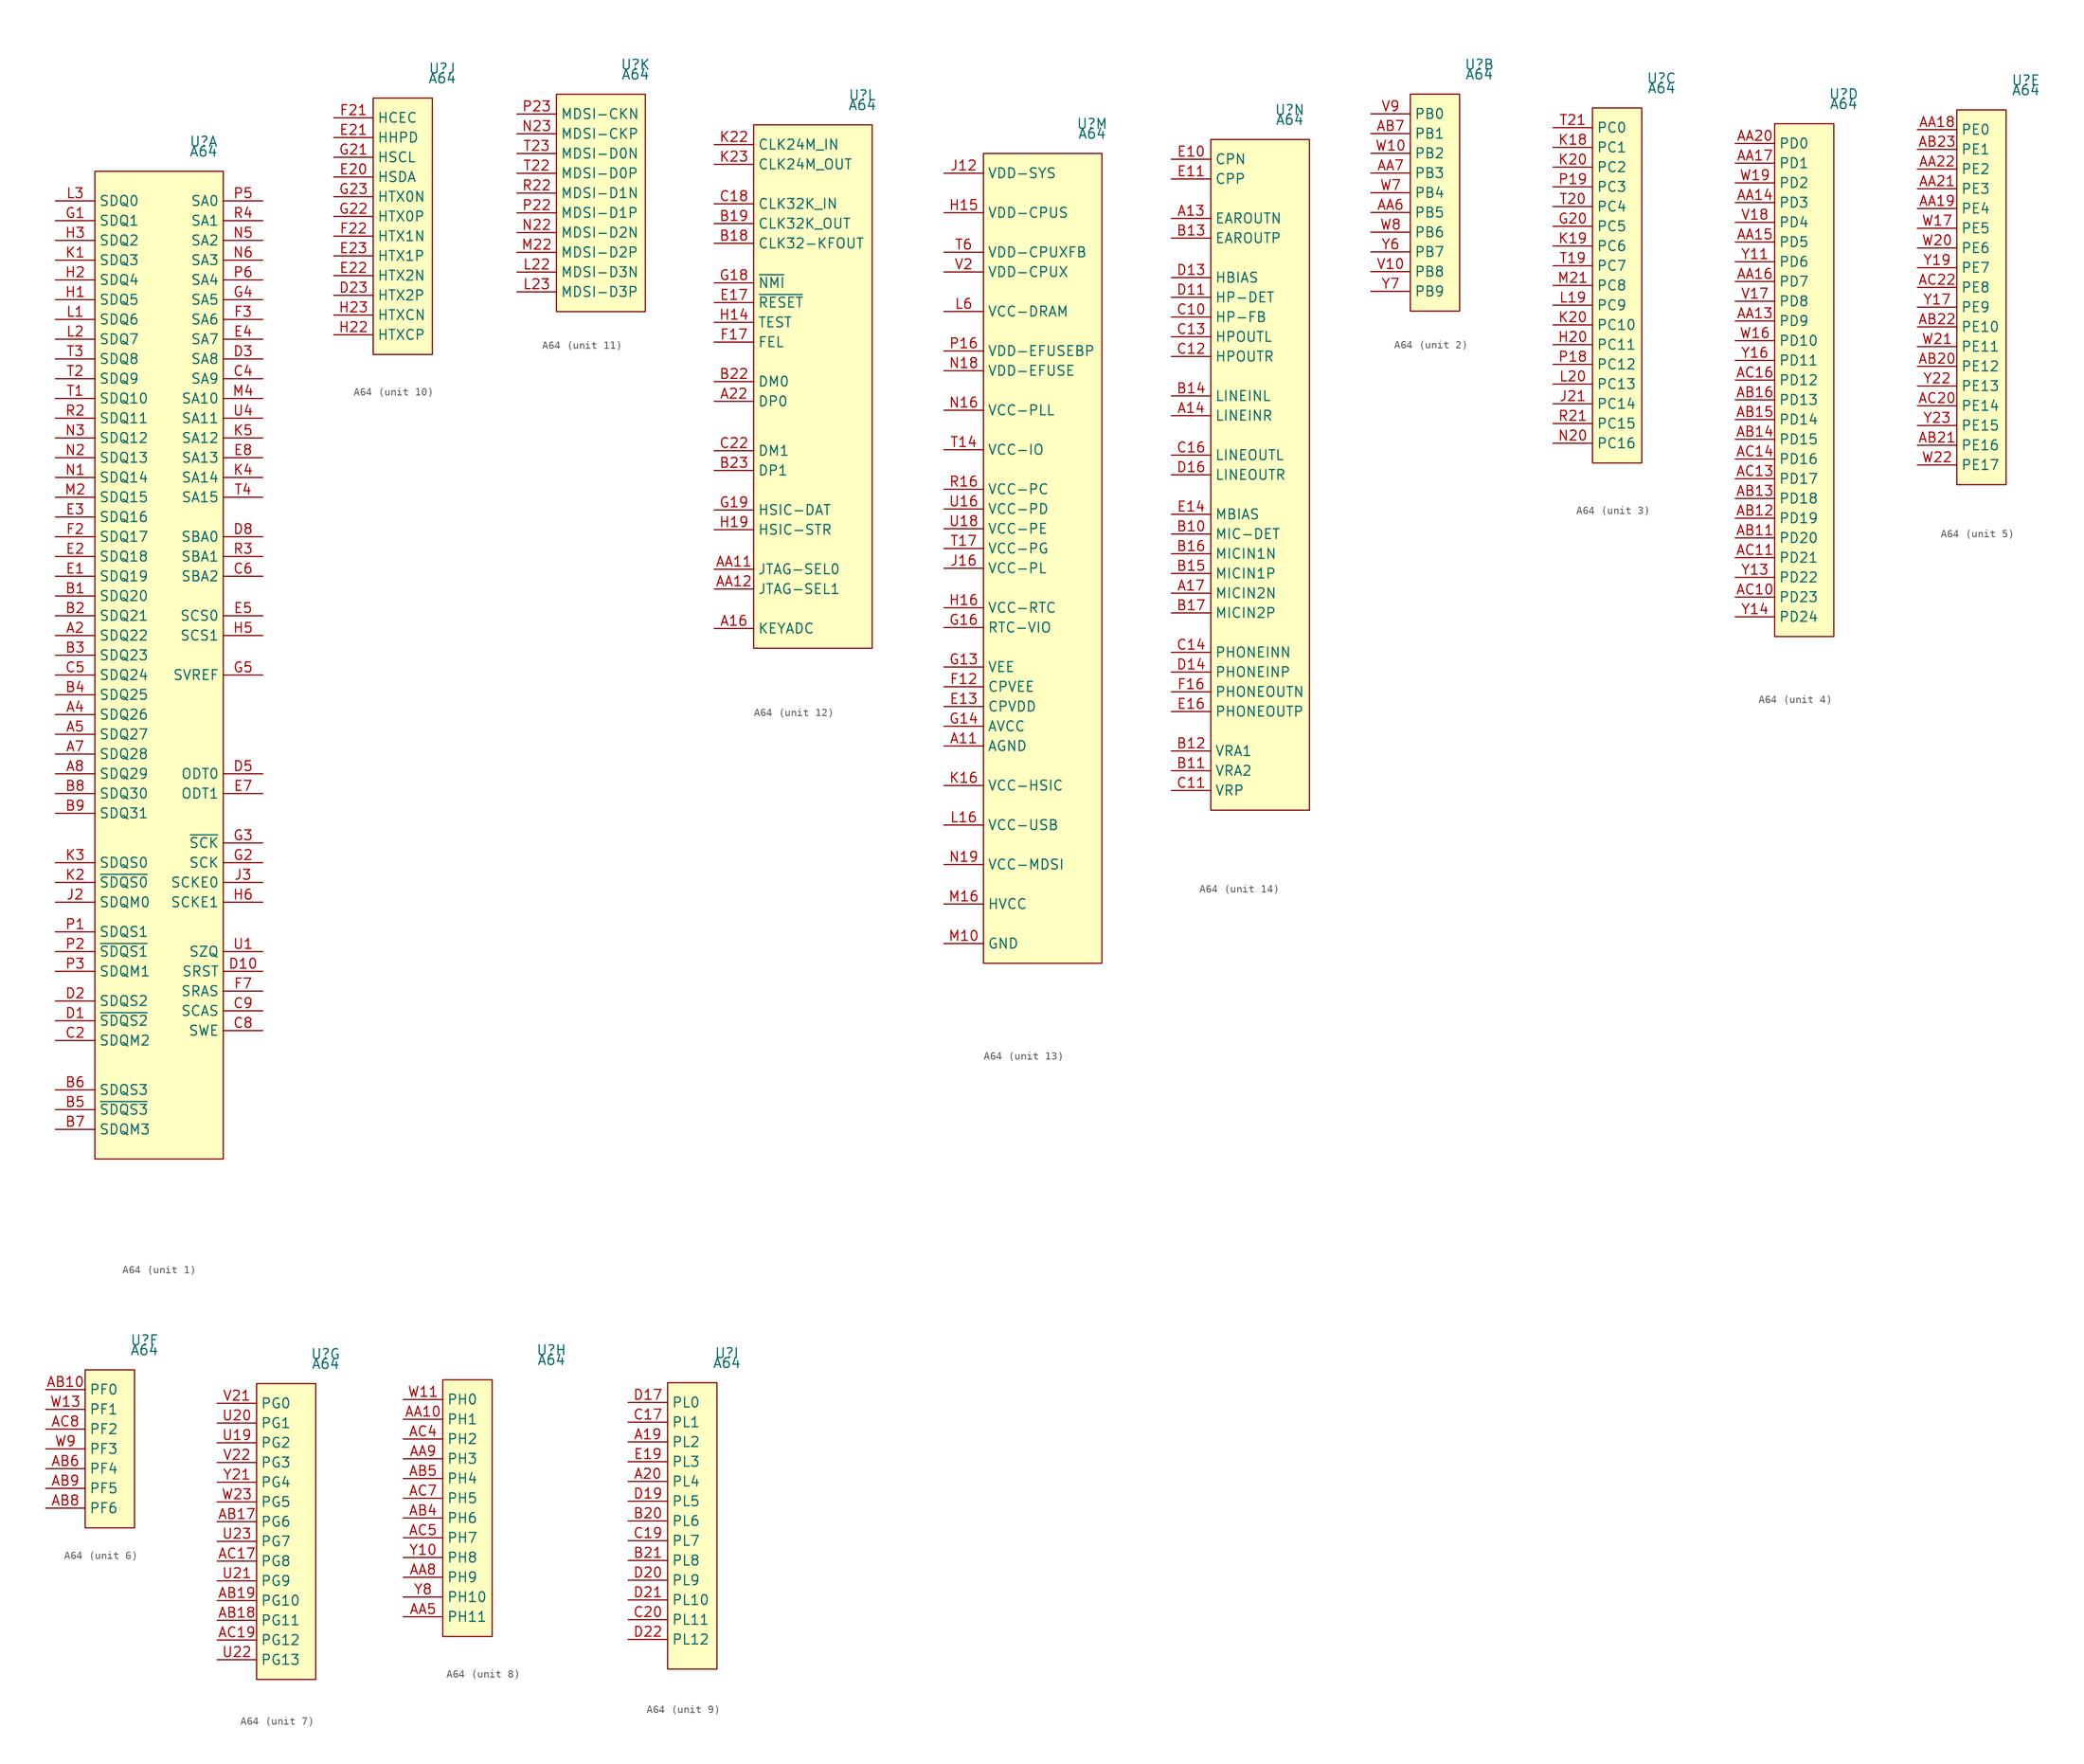
<source format=kicad_sym>
(kicad_symbol_lib
  (version 20211014)
  (generator kicad_symbol_editor)
  (symbol "A64"
    (property "Reference" "U"
      (at 5.08 3.81 0)
      (effects (font (size 1.27 1.27))))
    (property "Value" "A64"
      (at 5.08 2.54 0)
      (effects (font (size 1.27 1.27))))
    (property "ki_locked" ""
      (at 0 0 0)
      (effects (font (size 1.27 1.27))))
    (symbol "A64_1_0"
      (pin passive line (at -13.97 -59.69 0) (length 5.08) (name "SDQ22" (effects (font (size 1.27 1.27)))) (number "A2" (effects (font (size 1.27 1.27)))))
      (pin passive line (at -13.97 -69.85 0) (length 5.08) (name "SDQ26" (effects (font (size 1.27 1.27)))) (number "A4" (effects (font (size 1.27 1.27)))))
      (pin passive line (at -13.97 -72.39 0) (length 5.08) (name "SDQ27" (effects (font (size 1.27 1.27)))) (number "A5" (effects (font (size 1.27 1.27)))))
      (pin passive line (at -13.97 -74.93 0) (length 5.08) (name "SDQ28" (effects (font (size 1.27 1.27)))) (number "A7" (effects (font (size 1.27 1.27)))))
      (pin passive line (at -13.97 -77.47 0) (length 5.08) (name "SDQ29" (effects (font (size 1.27 1.27)))) (number "A8" (effects (font (size 1.27 1.27)))))
      (pin passive line (at -13.97 -54.61 0) (length 5.08) (name "SDQ20" (effects (font (size 1.27 1.27)))) (number "B1" (effects (font (size 1.27 1.27)))))
      (pin passive line (at -13.97 -57.15 0) (length 5.08) (name "SDQ21" (effects (font (size 1.27 1.27)))) (number "B2" (effects (font (size 1.27 1.27)))))
      (pin passive line (at -13.97 -62.23 0) (length 5.08) (name "SDQ23" (effects (font (size 1.27 1.27)))) (number "B3" (effects (font (size 1.27 1.27)))))
      (pin passive line (at -13.97 -67.31 0) (length 5.08) (name "SDQ25" (effects (font (size 1.27 1.27)))) (number "B4" (effects (font (size 1.27 1.27)))))
      (pin passive line (at -13.97 -120.65 0) (length 5.08) (name "~{SDQS3}" (effects (font (size 1.27 1.27)))) (number "B5" (effects (font (size 1.27 1.27)))))
      (pin passive line (at -13.97 -118.11 0) (length 5.08) (name "SDQS3" (effects (font (size 1.27 1.27)))) (number "B6" (effects (font (size 1.27 1.27)))))
      (pin passive line (at -13.97 -123.19 0) (length 5.08) (name "SDQM3" (effects (font (size 1.27 1.27)))) (number "B7" (effects (font (size 1.27 1.27)))))
      (pin passive line (at -13.97 -80.01 0) (length 5.08) (name "SDQ30" (effects (font (size 1.27 1.27)))) (number "B8" (effects (font (size 1.27 1.27)))))
      (pin passive line (at -13.97 -82.55 0) (length 5.08) (name "SDQ31" (effects (font (size 1.27 1.27)))) (number "B9" (effects (font (size 1.27 1.27)))))
      (pin passive line (at -13.97 -111.76 0) (length 5.08) (name "SDQM2" (effects (font (size 1.27 1.27)))) (number "C2" (effects (font (size 1.27 1.27)))))
      (pin passive line (at 12.7 -26.67 180) (length 5.08) (name "SA9" (effects (font (size 1.27 1.27)))) (number "C4" (effects (font (size 1.27 1.27)))))
      (pin passive line (at -13.97 -64.77 0) (length 5.08) (name "SDQ24" (effects (font (size 1.27 1.27)))) (number "C5" (effects (font (size 1.27 1.27)))))
      (pin passive line (at 12.7 -52.07 180) (length 5.08) (name "SBA2" (effects (font (size 1.27 1.27)))) (number "C6" (effects (font (size 1.27 1.27)))))
      (pin passive line (at 12.7 -110.49 180) (length 5.08) (name "SWE" (effects (font (size 1.27 1.27)))) (number "C8" (effects (font (size 1.27 1.27)))))
      (pin passive line (at 12.7 -107.95 180) (length 5.08) (name "SCAS" (effects (font (size 1.27 1.27)))) (number "C9" (effects (font (size 1.27 1.27)))))
      (pin passive line (at -13.97 -109.22 0) (length 5.08) (name "~{SDQS2}" (effects (font (size 1.27 1.27)))) (number "D1" (effects (font (size 1.27 1.27)))))
      (pin passive line (at 12.7 -102.87 180) (length 5.08) (name "SRST" (effects (font (size 1.27 1.27)))) (number "D10" (effects (font (size 1.27 1.27)))))
      (pin passive line (at -13.97 -106.68 0) (length 5.08) (name "SDQS2" (effects (font (size 1.27 1.27)))) (number "D2" (effects (font (size 1.27 1.27)))))
      (pin passive line (at 12.7 -24.13 180) (length 5.08) (name "SA8" (effects (font (size 1.27 1.27)))) (number "D3" (effects (font (size 1.27 1.27)))))
      (pin passive line (at 12.7 -77.47 180) (length 5.08) (name "ODT0" (effects (font (size 1.27 1.27)))) (number "D5" (effects (font (size 1.27 1.27)))))
      (pin passive line (at 12.7 -46.99 180) (length 5.08) (name "SBA0" (effects (font (size 1.27 1.27)))) (number "D8" (effects (font (size 1.27 1.27)))))
      (pin passive line (at -13.97 -52.07 0) (length 5.08) (name "SDQ19" (effects (font (size 1.27 1.27)))) (number "E1" (effects (font (size 1.27 1.27)))))
      (pin passive line (at -13.97 -49.53 0) (length 5.08) (name "SDQ18" (effects (font (size 1.27 1.27)))) (number "E2" (effects (font (size 1.27 1.27)))))
      (pin passive line (at -13.97 -44.45 0) (length 5.08) (name "SDQ16" (effects (font (size 1.27 1.27)))) (number "E3" (effects (font (size 1.27 1.27)))))
      (pin passive line (at 12.7 -21.59 180) (length 5.08) (name "SA7" (effects (font (size 1.27 1.27)))) (number "E4" (effects (font (size 1.27 1.27)))))
      (pin passive line (at 12.7 -57.15 180) (length 5.08) (name "SCS0" (effects (font (size 1.27 1.27)))) (number "E5" (effects (font (size 1.27 1.27)))))
      (pin passive line (at 12.7 -80.01 180) (length 5.08) (name "ODT1" (effects (font (size 1.27 1.27)))) (number "E7" (effects (font (size 1.27 1.27)))))
      (pin passive line (at 12.7 -36.83 180) (length 5.08) (name "SA13" (effects (font (size 1.27 1.27)))) (number "E8" (effects (font (size 1.27 1.27)))))
      (pin passive line (at -13.97 -46.99 0) (length 5.08) (name "SDQ17" (effects (font (size 1.27 1.27)))) (number "F2" (effects (font (size 1.27 1.27)))))
      (pin passive line (at 12.7 -19.05 180) (length 5.08) (name "SA6" (effects (font (size 1.27 1.27)))) (number "F3" (effects (font (size 1.27 1.27)))))
      (pin passive line (at 12.7 -105.41 180) (length 5.08) (name "SRAS" (effects (font (size 1.27 1.27)))) (number "F7" (effects (font (size 1.27 1.27)))))
      (pin passive line (at -13.97 -6.35 0) (length 5.08) (name "SDQ1" (effects (font (size 1.27 1.27)))) (number "G1" (effects (font (size 1.27 1.27)))))
      (pin passive line (at 12.7 -88.9 180) (length 5.08) (name "SCK" (effects (font (size 1.27 1.27)))) (number "G2" (effects (font (size 1.27 1.27)))))
      (pin passive line (at 12.7 -86.36 180) (length 5.08) (name "~{SCK}" (effects (font (size 1.27 1.27)))) (number "G3" (effects (font (size 1.27 1.27)))))
      (pin passive line (at 12.7 -16.51 180) (length 5.08) (name "SA5" (effects (font (size 1.27 1.27)))) (number "G4" (effects (font (size 1.27 1.27)))))
      (pin passive line (at 12.7 -64.77 180) (length 5.08) (name "SVREF" (effects (font (size 1.27 1.27)))) (number "G5" (effects (font (size 1.27 1.27)))))
      (pin passive line (at -13.97 -16.51 0) (length 5.08) (name "SDQ5" (effects (font (size 1.27 1.27)))) (number "H1" (effects (font (size 1.27 1.27)))))
      (pin passive line (at -13.97 -13.97 0) (length 5.08) (name "SDQ4" (effects (font (size 1.27 1.27)))) (number "H2" (effects (font (size 1.27 1.27)))))
      (pin passive line (at -13.97 -8.89 0) (length 5.08) (name "SDQ2" (effects (font (size 1.27 1.27)))) (number "H3" (effects (font (size 1.27 1.27)))))
      (pin passive line (at 12.7 -59.69 180) (length 5.08) (name "SCS1" (effects (font (size 1.27 1.27)))) (number "H5" (effects (font (size 1.27 1.27)))))
      (pin passive line (at 12.7 -93.98 180) (length 5.08) (name "SCKE1" (effects (font (size 1.27 1.27)))) (number "H6" (effects (font (size 1.27 1.27)))))
      (pin passive line (at -13.97 -93.98 0) (length 5.08) (name "SDQM0" (effects (font (size 1.27 1.27)))) (number "J2" (effects (font (size 1.27 1.27)))))
      (pin passive line (at 12.7 -91.44 180) (length 5.08) (name "SCKE0" (effects (font (size 1.27 1.27)))) (number "J3" (effects (font (size 1.27 1.27)))))
      (pin passive line (at -13.97 -11.43 0) (length 5.08) (name "SDQ3" (effects (font (size 1.27 1.27)))) (number "K1" (effects (font (size 1.27 1.27)))))
      (pin passive line (at -13.97 -91.44 0) (length 5.08) (name "~{SDQS0}" (effects (font (size 1.27 1.27)))) (number "K2" (effects (font (size 1.27 1.27)))))
      (pin passive line (at -13.97 -88.9 0) (length 5.08) (name "SDQS0" (effects (font (size 1.27 1.27)))) (number "K3" (effects (font (size 1.27 1.27)))))
      (pin passive line (at 12.7 -39.37 180) (length 5.08) (name "SA14" (effects (font (size 1.27 1.27)))) (number "K4" (effects (font (size 1.27 1.27)))))
      (pin passive line (at 12.7 -34.29 180) (length 5.08) (name "SA12" (effects (font (size 1.27 1.27)))) (number "K5" (effects (font (size 1.27 1.27)))))
      (pin passive line (at -13.97 -19.05 0) (length 5.08) (name "SDQ6" (effects (font (size 1.27 1.27)))) (number "L1" (effects (font (size 1.27 1.27)))))
      (pin passive line (at -13.97 -21.59 0) (length 5.08) (name "SDQ7" (effects (font (size 1.27 1.27)))) (number "L2" (effects (font (size 1.27 1.27)))))
      (pin passive line (at -13.97 -3.81 0) (length 5.08) (name "SDQ0" (effects (font (size 1.27 1.27)))) (number "L3" (effects (font (size 1.27 1.27)))))
      (pin passive line (at -13.97 -41.91 0) (length 5.08) (name "SDQ15" (effects (font (size 1.27 1.27)))) (number "M2" (effects (font (size 1.27 1.27)))))
      (pin passive line (at 12.7 -29.21 180) (length 5.08) (name "SA10" (effects (font (size 1.27 1.27)))) (number "M4" (effects (font (size 1.27 1.27)))))
      (pin passive line (at -13.97 -39.37 0) (length 5.08) (name "SDQ14" (effects (font (size 1.27 1.27)))) (number "N1" (effects (font (size 1.27 1.27)))))
      (pin passive line (at -13.97 -36.83 0) (length 5.08) (name "SDQ13" (effects (font (size 1.27 1.27)))) (number "N2" (effects (font (size 1.27 1.27)))))
      (pin passive line (at -13.97 -34.29 0) (length 5.08) (name "SDQ12" (effects (font (size 1.27 1.27)))) (number "N3" (effects (font (size 1.27 1.27)))))
      (pin passive line (at 12.7 -8.89 180) (length 5.08) (name "SA2" (effects (font (size 1.27 1.27)))) (number "N5" (effects (font (size 1.27 1.27)))))
      (pin passive line (at 12.7 -11.43 180) (length 5.08) (name "SA3" (effects (font (size 1.27 1.27)))) (number "N6" (effects (font (size 1.27 1.27)))))
      (pin passive line (at -13.97 -97.79 0) (length 5.08) (name "SDQS1" (effects (font (size 1.27 1.27)))) (number "P1" (effects (font (size 1.27 1.27)))))
      (pin passive line (at -13.97 -100.33 0) (length 5.08) (name "~{SDQS1}" (effects (font (size 1.27 1.27)))) (number "P2" (effects (font (size 1.27 1.27)))))
      (pin passive line (at -13.97 -102.87 0) (length 5.08) (name "SDQM1" (effects (font (size 1.27 1.27)))) (number "P3" (effects (font (size 1.27 1.27)))))
      (pin passive line (at 12.7 -3.81 180) (length 5.08) (name "SA0" (effects (font (size 1.27 1.27)))) (number "P5" (effects (font (size 1.27 1.27)))))
      (pin passive line (at 12.7 -13.97 180) (length 5.08) (name "SA4" (effects (font (size 1.27 1.27)))) (number "P6" (effects (font (size 1.27 1.27)))))
      (pin passive line (at -13.97 -31.75 0) (length 5.08) (name "SDQ11" (effects (font (size 1.27 1.27)))) (number "R2" (effects (font (size 1.27 1.27)))))
      (pin passive line (at 12.7 -49.53 180) (length 5.08) (name "SBA1" (effects (font (size 1.27 1.27)))) (number "R3" (effects (font (size 1.27 1.27)))))
      (pin passive line (at 12.7 -6.35 180) (length 5.08) (name "SA1" (effects (font (size 1.27 1.27)))) (number "R4" (effects (font (size 1.27 1.27)))))
      (pin passive line (at -13.97 -29.21 0) (length 5.08) (name "SDQ10" (effects (font (size 1.27 1.27)))) (number "T1" (effects (font (size 1.27 1.27)))))
      (pin passive line (at -13.97 -26.67 0) (length 5.08) (name "SDQ9" (effects (font (size 1.27 1.27)))) (number "T2" (effects (font (size 1.27 1.27)))))
      (pin passive line (at -13.97 -24.13 0) (length 5.08) (name "SDQ8" (effects (font (size 1.27 1.27)))) (number "T3" (effects (font (size 1.27 1.27)))))
      (pin passive line (at 12.7 -41.91 180) (length 5.08) (name "SA15" (effects (font (size 1.27 1.27)))) (number "T4" (effects (font (size 1.27 1.27)))))
      (pin passive line (at 12.7 -100.33 180) (length 5.08) (name "SZQ" (effects (font (size 1.27 1.27)))) (number "U1" (effects (font (size 1.27 1.27)))))
      (pin passive line (at 12.7 -31.75 180) (length 5.08) (name "SA11" (effects (font (size 1.27 1.27)))) (number "U4" (effects (font (size 1.27 1.27))))))
    (symbol "A64_1_1"
      (rectangle (start -8.89 0) (end 7.62 -127) (stroke (width 0.152) (type default) (color 0 0 0 0)) (fill (type background))))
    (symbol "A64_2_0"
      (pin passive line (at -8.89 -15.24 0) (length 5.08) (name "PB5" (effects (font (size 1.27 1.27)))) (number "AA6" (effects (font (size 1.27 1.27)))))
      (pin passive line (at -8.89 -10.16 0) (length 5.08) (name "PB3" (effects (font (size 1.27 1.27)))) (number "AA7" (effects (font (size 1.27 1.27)))))
      (pin passive line (at -8.89 -5.08 0) (length 5.08) (name "PB1" (effects (font (size 1.27 1.27)))) (number "AB7" (effects (font (size 1.27 1.27)))))
      (pin passive line (at -8.89 -22.86 0) (length 5.08) (name "PB8" (effects (font (size 1.27 1.27)))) (number "V10" (effects (font (size 1.27 1.27)))))
      (pin passive line (at -8.89 -2.54 0) (length 5.08) (name "PB0" (effects (font (size 1.27 1.27)))) (number "V9" (effects (font (size 1.27 1.27)))))
      (pin passive line (at -8.89 -7.62 0) (length 5.08) (name "PB2" (effects (font (size 1.27 1.27)))) (number "W10" (effects (font (size 1.27 1.27)))))
      (pin passive line (at -8.89 -12.7 0) (length 5.08) (name "PB4" (effects (font (size 1.27 1.27)))) (number "W7" (effects (font (size 1.27 1.27)))))
      (pin passive line (at -8.89 -17.78 0) (length 5.08) (name "PB6" (effects (font (size 1.27 1.27)))) (number "W8" (effects (font (size 1.27 1.27)))))
      (pin passive line (at -8.89 -20.32 0) (length 5.08) (name "PB7" (effects (font (size 1.27 1.27)))) (number "Y6" (effects (font (size 1.27 1.27)))))
      (pin passive line (at -8.89 -25.4 0) (length 5.08) (name "PB9" (effects (font (size 1.27 1.27)))) (number "Y7" (effects (font (size 1.27 1.27))))))
    (symbol "A64_2_1"
      (rectangle (start -3.81 0) (end 2.54 -27.94) (stroke (width 0.152) (type default) (color 0 0 0 0)) (fill (type background))))
    (symbol "A64_3_0"
      (pin passive line (at -8.89 -15.24 0) (length 5.08) (name "PC5" (effects (font (size 1.27 1.27)))) (number "G20" (effects (font (size 1.27 1.27)))))
      (pin passive line (at -8.89 -30.48 0) (length 5.08) (name "PC11" (effects (font (size 1.27 1.27)))) (number "H20" (effects (font (size 1.27 1.27)))))
      (pin passive line (at -8.89 -38.1 0) (length 5.08) (name "PC14" (effects (font (size 1.27 1.27)))) (number "J21" (effects (font (size 1.27 1.27)))))
      (pin passive line (at -8.89 -5.08 0) (length 5.08) (name "PC1" (effects (font (size 1.27 1.27)))) (number "K18" (effects (font (size 1.27 1.27)))))
      (pin passive line (at -8.89 -17.78 0) (length 5.08) (name "PC6" (effects (font (size 1.27 1.27)))) (number "K19" (effects (font (size 1.27 1.27)))))
      (pin passive line (at -8.89 -27.94 0) (length 5.08) (name "PC10" (effects (font (size 1.27 1.27)))) (number "K20" (effects (font (size 1.27 1.27)))))
      (pin passive line (at -8.89 -7.62 0) (length 5.08) (name "PC2" (effects (font (size 1.27 1.27)))) (number "K20" (effects (font (size 1.27 1.27)))))
      (pin passive line (at -8.89 -25.4 0) (length 5.08) (name "PC9" (effects (font (size 1.27 1.27)))) (number "L19" (effects (font (size 1.27 1.27)))))
      (pin passive line (at -8.89 -35.56 0) (length 5.08) (name "PC13" (effects (font (size 1.27 1.27)))) (number "L20" (effects (font (size 1.27 1.27)))))
      (pin passive line (at -8.89 -22.86 0) (length 5.08) (name "PC8" (effects (font (size 1.27 1.27)))) (number "M21" (effects (font (size 1.27 1.27)))))
      (pin passive line (at -8.89 -43.18 0) (length 5.08) (name "PC16" (effects (font (size 1.27 1.27)))) (number "N20" (effects (font (size 1.27 1.27)))))
      (pin passive line (at -8.89 -33.02 0) (length 5.08) (name "PC12" (effects (font (size 1.27 1.27)))) (number "P18" (effects (font (size 1.27 1.27)))))
      (pin passive line (at -8.89 -10.16 0) (length 5.08) (name "PC3" (effects (font (size 1.27 1.27)))) (number "P19" (effects (font (size 1.27 1.27)))))
      (pin passive line (at -8.89 -40.64 0) (length 5.08) (name "PC15" (effects (font (size 1.27 1.27)))) (number "R21" (effects (font (size 1.27 1.27)))))
      (pin passive line (at -8.89 -20.32 0) (length 5.08) (name "PC7" (effects (font (size 1.27 1.27)))) (number "T19" (effects (font (size 1.27 1.27)))))
      (pin passive line (at -8.89 -12.7 0) (length 5.08) (name "PC4" (effects (font (size 1.27 1.27)))) (number "T20" (effects (font (size 1.27 1.27)))))
      (pin passive line (at -8.89 -2.54 0) (length 5.08) (name "PC0" (effects (font (size 1.27 1.27)))) (number "T21" (effects (font (size 1.27 1.27))))))
    (symbol "A64_3_1"
      (rectangle (start -3.81 0) (end 2.54 -45.72) (stroke (width 0.152) (type default) (color 0 0 0 0)) (fill (type background))))
    (symbol "A64_4_0"
      (pin passive line (at -8.89 -25.4 0) (length 5.08) (name "PD9" (effects (font (size 1.27 1.27)))) (number "AA13" (effects (font (size 1.27 1.27)))))
      (pin passive line (at -8.89 -10.16 0) (length 5.08) (name "PD3" (effects (font (size 1.27 1.27)))) (number "AA14" (effects (font (size 1.27 1.27)))))
      (pin passive line (at -8.89 -15.24 0) (length 5.08) (name "PD5" (effects (font (size 1.27 1.27)))) (number "AA15" (effects (font (size 1.27 1.27)))))
      (pin passive line (at -8.89 -20.32 0) (length 5.08) (name "PD7" (effects (font (size 1.27 1.27)))) (number "AA16" (effects (font (size 1.27 1.27)))))
      (pin passive line (at -8.89 -5.08 0) (length 5.08) (name "PD1" (effects (font (size 1.27 1.27)))) (number "AA17" (effects (font (size 1.27 1.27)))))
      (pin passive line (at -8.89 -2.54 0) (length 5.08) (name "PD0" (effects (font (size 1.27 1.27)))) (number "AA20" (effects (font (size 1.27 1.27)))))
      (pin passive line (at -8.89 -53.34 0) (length 5.08) (name "PD20" (effects (font (size 1.27 1.27)))) (number "AB11" (effects (font (size 1.27 1.27)))))
      (pin passive line (at -8.89 -50.8 0) (length 5.08) (name "PD19" (effects (font (size 1.27 1.27)))) (number "AB12" (effects (font (size 1.27 1.27)))))
      (pin passive line (at -8.89 -48.26 0) (length 5.08) (name "PD18" (effects (font (size 1.27 1.27)))) (number "AB13" (effects (font (size 1.27 1.27)))))
      (pin passive line (at -8.89 -40.64 0) (length 5.08) (name "PD15" (effects (font (size 1.27 1.27)))) (number "AB14" (effects (font (size 1.27 1.27)))))
      (pin passive line (at -8.89 -38.1 0) (length 5.08) (name "PD14" (effects (font (size 1.27 1.27)))) (number "AB15" (effects (font (size 1.27 1.27)))))
      (pin passive line (at -8.89 -35.56 0) (length 5.08) (name "PD13" (effects (font (size 1.27 1.27)))) (number "AB16" (effects (font (size 1.27 1.27)))))
      (pin passive line (at -8.89 -60.96 0) (length 5.08) (name "PD23" (effects (font (size 1.27 1.27)))) (number "AC10" (effects (font (size 1.27 1.27)))))
      (pin passive line (at -8.89 -55.88 0) (length 5.08) (name "PD21" (effects (font (size 1.27 1.27)))) (number "AC11" (effects (font (size 1.27 1.27)))))
      (pin passive line (at -8.89 -45.72 0) (length 5.08) (name "PD17" (effects (font (size 1.27 1.27)))) (number "AC13" (effects (font (size 1.27 1.27)))))
      (pin passive line (at -8.89 -43.18 0) (length 5.08) (name "PD16" (effects (font (size 1.27 1.27)))) (number "AC14" (effects (font (size 1.27 1.27)))))
      (pin passive line (at -8.89 -33.02 0) (length 5.08) (name "PD12" (effects (font (size 1.27 1.27)))) (number "AC16" (effects (font (size 1.27 1.27)))))
      (pin passive line (at -8.89 -22.86 0) (length 5.08) (name "PD8" (effects (font (size 1.27 1.27)))) (number "V17" (effects (font (size 1.27 1.27)))))
      (pin passive line (at -8.89 -12.7 0) (length 5.08) (name "PD4" (effects (font (size 1.27 1.27)))) (number "V18" (effects (font (size 1.27 1.27)))))
      (pin passive line (at -8.89 -27.94 0) (length 5.08) (name "PD10" (effects (font (size 1.27 1.27)))) (number "W16" (effects (font (size 1.27 1.27)))))
      (pin passive line (at -8.89 -7.62 0) (length 5.08) (name "PD2" (effects (font (size 1.27 1.27)))) (number "W19" (effects (font (size 1.27 1.27)))))
      (pin passive line (at -8.89 -17.78 0) (length 5.08) (name "PD6" (effects (font (size 1.27 1.27)))) (number "Y11" (effects (font (size 1.27 1.27)))))
      (pin passive line (at -8.89 -58.42 0) (length 5.08) (name "PD22" (effects (font (size 1.27 1.27)))) (number "Y13" (effects (font (size 1.27 1.27)))))
      (pin passive line (at -8.89 -63.5 0) (length 5.08) (name "PD24" (effects (font (size 1.27 1.27)))) (number "Y14" (effects (font (size 1.27 1.27)))))
      (pin passive line (at -8.89 -30.48 0) (length 5.08) (name "PD11" (effects (font (size 1.27 1.27)))) (number "Y16" (effects (font (size 1.27 1.27))))))
    (symbol "A64_4_1"
      (rectangle (start -3.81 0) (end 3.81 -66.04) (stroke (width 0.152) (type default) (color 0 0 0 0)) (fill (type background))))
    (symbol "A64_5_0"
      (pin passive line (at -8.89 -2.54 0) (length 5.08) (name "PE0" (effects (font (size 1.27 1.27)))) (number "AA18" (effects (font (size 1.27 1.27)))))
      (pin passive line (at -8.89 -12.7 0) (length 5.08) (name "PE4" (effects (font (size 1.27 1.27)))) (number "AA19" (effects (font (size 1.27 1.27)))))
      (pin passive line (at -8.89 -10.16 0) (length 5.08) (name "PE3" (effects (font (size 1.27 1.27)))) (number "AA21" (effects (font (size 1.27 1.27)))))
      (pin passive line (at -8.89 -7.62 0) (length 5.08) (name "PE2" (effects (font (size 1.27 1.27)))) (number "AA22" (effects (font (size 1.27 1.27)))))
      (pin passive line (at -8.89 -33.02 0) (length 5.08) (name "PE12" (effects (font (size 1.27 1.27)))) (number "AB20" (effects (font (size 1.27 1.27)))))
      (pin passive line (at -8.89 -43.18 0) (length 5.08) (name "PE16" (effects (font (size 1.27 1.27)))) (number "AB21" (effects (font (size 1.27 1.27)))))
      (pin passive line (at -8.89 -27.94 0) (length 5.08) (name "PE10" (effects (font (size 1.27 1.27)))) (number "AB22" (effects (font (size 1.27 1.27)))))
      (pin passive line (at -8.89 -5.08 0) (length 5.08) (name "PE1" (effects (font (size 1.27 1.27)))) (number "AB23" (effects (font (size 1.27 1.27)))))
      (pin passive line (at -8.89 -38.1 0) (length 5.08) (name "PE14" (effects (font (size 1.27 1.27)))) (number "AC20" (effects (font (size 1.27 1.27)))))
      (pin passive line (at -8.89 -22.86 0) (length 5.08) (name "PE8" (effects (font (size 1.27 1.27)))) (number "AC22" (effects (font (size 1.27 1.27)))))
      (pin passive line (at -8.89 -15.24 0) (length 5.08) (name "PE5" (effects (font (size 1.27 1.27)))) (number "W17" (effects (font (size 1.27 1.27)))))
      (pin passive line (at -8.89 -17.78 0) (length 5.08) (name "PE6" (effects (font (size 1.27 1.27)))) (number "W20" (effects (font (size 1.27 1.27)))))
      (pin passive line (at -8.89 -30.48 0) (length 5.08) (name "PE11" (effects (font (size 1.27 1.27)))) (number "W21" (effects (font (size 1.27 1.27)))))
      (pin passive line (at -8.89 -45.72 0) (length 5.08) (name "PE17" (effects (font (size 1.27 1.27)))) (number "W22" (effects (font (size 1.27 1.27)))))
      (pin passive line (at -8.89 -25.4 0) (length 5.08) (name "PE9" (effects (font (size 1.27 1.27)))) (number "Y17" (effects (font (size 1.27 1.27)))))
      (pin passive line (at -8.89 -20.32 0) (length 5.08) (name "PE7" (effects (font (size 1.27 1.27)))) (number "Y19" (effects (font (size 1.27 1.27)))))
      (pin passive line (at -8.89 -35.56 0) (length 5.08) (name "PE13" (effects (font (size 1.27 1.27)))) (number "Y22" (effects (font (size 1.27 1.27)))))
      (pin passive line (at -8.89 -40.64 0) (length 5.08) (name "PE15" (effects (font (size 1.27 1.27)))) (number "Y23" (effects (font (size 1.27 1.27))))))
    (symbol "A64_5_1"
      (rectangle (start -3.81 0) (end 2.54 -48.26) (stroke (width 0.152) (type default) (color 0 0 0 0)) (fill (type background))))
    (symbol "A64_6_0"
      (pin passive line (at -7.62 -2.54 0) (length 5.08) (name "PF0" (effects (font (size 1.27 1.27)))) (number "AB10" (effects (font (size 1.27 1.27)))))
      (pin passive line (at -7.62 -12.7 0) (length 5.08) (name "PF4" (effects (font (size 1.27 1.27)))) (number "AB6" (effects (font (size 1.27 1.27)))))
      (pin passive line (at -7.62 -17.78 0) (length 5.08) (name "PF6" (effects (font (size 1.27 1.27)))) (number "AB8" (effects (font (size 1.27 1.27)))))
      (pin passive line (at -7.62 -15.24 0) (length 5.08) (name "PF5" (effects (font (size 1.27 1.27)))) (number "AB9" (effects (font (size 1.27 1.27)))))
      (pin passive line (at -7.62 -7.62 0) (length 5.08) (name "PF2" (effects (font (size 1.27 1.27)))) (number "AC8" (effects (font (size 1.27 1.27)))))
      (pin passive line (at -7.62 -5.08 0) (length 5.08) (name "PF1" (effects (font (size 1.27 1.27)))) (number "W13" (effects (font (size 1.27 1.27)))))
      (pin passive line (at -7.62 -10.16 0) (length 5.08) (name "PF3" (effects (font (size 1.27 1.27)))) (number "W9" (effects (font (size 1.27 1.27))))))
    (symbol "A64_6_1"
      (rectangle (start -2.54 0) (end 3.81 -20.32) (stroke (width 0.152) (type default) (color 0 0 0 0)) (fill (type background))))
    (symbol "A64_7_0"
      (pin passive line (at -8.89 -17.78 0) (length 5.08) (name "PG6" (effects (font (size 1.27 1.27)))) (number "AB17" (effects (font (size 1.27 1.27)))))
      (pin passive line (at -8.89 -30.48 0) (length 5.08) (name "PG11" (effects (font (size 1.27 1.27)))) (number "AB18" (effects (font (size 1.27 1.27)))))
      (pin passive line (at -8.89 -27.94 0) (length 5.08) (name "PG10" (effects (font (size 1.27 1.27)))) (number "AB19" (effects (font (size 1.27 1.27)))))
      (pin passive line (at -8.89 -22.86 0) (length 5.08) (name "PG8" (effects (font (size 1.27 1.27)))) (number "AC17" (effects (font (size 1.27 1.27)))))
      (pin passive line (at -8.89 -33.02 0) (length 5.08) (name "PG12" (effects (font (size 1.27 1.27)))) (number "AC19" (effects (font (size 1.27 1.27)))))
      (pin passive line (at -8.89 -7.62 0) (length 5.08) (name "PG2" (effects (font (size 1.27 1.27)))) (number "U19" (effects (font (size 1.27 1.27)))))
      (pin passive line (at -8.89 -5.08 0) (length 5.08) (name "PG1" (effects (font (size 1.27 1.27)))) (number "U20" (effects (font (size 1.27 1.27)))))
      (pin passive line (at -8.89 -25.4 0) (length 5.08) (name "PG9" (effects (font (size 1.27 1.27)))) (number "U21" (effects (font (size 1.27 1.27)))))
      (pin passive line (at -8.89 -35.56 0) (length 5.08) (name "PG13" (effects (font (size 1.27 1.27)))) (number "U22" (effects (font (size 1.27 1.27)))))
      (pin passive line (at -8.89 -20.32 0) (length 5.08) (name "PG7" (effects (font (size 1.27 1.27)))) (number "U23" (effects (font (size 1.27 1.27)))))
      (pin passive line (at -8.89 -2.54 0) (length 5.08) (name "PG0" (effects (font (size 1.27 1.27)))) (number "V21" (effects (font (size 1.27 1.27)))))
      (pin passive line (at -8.89 -10.16 0) (length 5.08) (name "PG3" (effects (font (size 1.27 1.27)))) (number "V22" (effects (font (size 1.27 1.27)))))
      (pin passive line (at -8.89 -15.24 0) (length 5.08) (name "PG5" (effects (font (size 1.27 1.27)))) (number "W23" (effects (font (size 1.27 1.27)))))
      (pin passive line (at -8.89 -12.7 0) (length 5.08) (name "PG4" (effects (font (size 1.27 1.27)))) (number "Y21" (effects (font (size 1.27 1.27))))))
    (symbol "A64_7_1"
      (rectangle (start -3.81 0) (end 3.81 -38.1) (stroke (width 0.152) (type default) (color 0 0 0 0)) (fill (type background))))
    (symbol "A64_8_0"
      (pin passive line (at -13.97 -5.08 0) (length 5.08) (name "PH1" (effects (font (size 1.27 1.27)))) (number "AA10" (effects (font (size 1.27 1.27)))))
      (pin passive line (at -13.97 -30.48 0) (length 5.08) (name "PH11" (effects (font (size 1.27 1.27)))) (number "AA5" (effects (font (size 1.27 1.27)))))
      (pin passive line (at -13.97 -25.4 0) (length 5.08) (name "PH9" (effects (font (size 1.27 1.27)))) (number "AA8" (effects (font (size 1.27 1.27)))))
      (pin passive line (at -13.97 -10.16 0) (length 5.08) (name "PH3" (effects (font (size 1.27 1.27)))) (number "AA9" (effects (font (size 1.27 1.27)))))
      (pin passive line (at -13.97 -17.78 0) (length 5.08) (name "PH6" (effects (font (size 1.27 1.27)))) (number "AB4" (effects (font (size 1.27 1.27)))))
      (pin passive line (at -13.97 -12.7 0) (length 5.08) (name "PH4" (effects (font (size 1.27 1.27)))) (number "AB5" (effects (font (size 1.27 1.27)))))
      (pin passive line (at -13.97 -7.62 0) (length 5.08) (name "PH2" (effects (font (size 1.27 1.27)))) (number "AC4" (effects (font (size 1.27 1.27)))))
      (pin passive line (at -13.97 -20.32 0) (length 5.08) (name "PH7" (effects (font (size 1.27 1.27)))) (number "AC5" (effects (font (size 1.27 1.27)))))
      (pin passive line (at -13.97 -15.24 0) (length 5.08) (name "PH5" (effects (font (size 1.27 1.27)))) (number "AC7" (effects (font (size 1.27 1.27)))))
      (pin passive line (at -13.97 -2.54 0) (length 5.08) (name "PH0" (effects (font (size 1.27 1.27)))) (number "W11" (effects (font (size 1.27 1.27)))))
      (pin passive line (at -13.97 -22.86 0) (length 5.08) (name "PH8" (effects (font (size 1.27 1.27)))) (number "Y10" (effects (font (size 1.27 1.27)))))
      (pin passive line (at -13.97 -27.94 0) (length 5.08) (name "PH10" (effects (font (size 1.27 1.27)))) (number "Y8" (effects (font (size 1.27 1.27))))))
    (symbol "A64_8_1"
      (rectangle (start -8.89 0) (end -2.54 -33.02) (stroke (width 0.152) (type default) (color 0 0 0 0)) (fill (type background))))
    (symbol "A64_9_0"
      (pin passive line (at -7.62 -7.62 0) (length 5.08) (name "PL2" (effects (font (size 1.27 1.27)))) (number "A19" (effects (font (size 1.27 1.27)))))
      (pin passive line (at -7.62 -12.7 0) (length 5.08) (name "PL4" (effects (font (size 1.27 1.27)))) (number "A20" (effects (font (size 1.27 1.27)))))
      (pin passive line (at -7.62 -17.78 0) (length 5.08) (name "PL6" (effects (font (size 1.27 1.27)))) (number "B20" (effects (font (size 1.27 1.27)))))
      (pin passive line (at -7.62 -22.86 0) (length 5.08) (name "PL8" (effects (font (size 1.27 1.27)))) (number "B21" (effects (font (size 1.27 1.27)))))
      (pin passive line (at -7.62 -5.08 0) (length 5.08) (name "PL1" (effects (font (size 1.27 1.27)))) (number "C17" (effects (font (size 1.27 1.27)))))
      (pin passive line (at -7.62 -20.32 0) (length 5.08) (name "PL7" (effects (font (size 1.27 1.27)))) (number "C19" (effects (font (size 1.27 1.27)))))
      (pin passive line (at -7.62 -30.48 0) (length 5.08) (name "PL11" (effects (font (size 1.27 1.27)))) (number "C20" (effects (font (size 1.27 1.27)))))
      (pin passive line (at -7.62 -2.54 0) (length 5.08) (name "PL0" (effects (font (size 1.27 1.27)))) (number "D17" (effects (font (size 1.27 1.27)))))
      (pin passive line (at -7.62 -15.24 0) (length 5.08) (name "PL5" (effects (font (size 1.27 1.27)))) (number "D19" (effects (font (size 1.27 1.27)))))
      (pin passive line (at -7.62 -25.4 0) (length 5.08) (name "PL9" (effects (font (size 1.27 1.27)))) (number "D20" (effects (font (size 1.27 1.27)))))
      (pin passive line (at -7.62 -27.94 0) (length 5.08) (name "PL10" (effects (font (size 1.27 1.27)))) (number "D21" (effects (font (size 1.27 1.27)))))
      (pin passive line (at -7.62 -33.02 0) (length 5.08) (name "PL12" (effects (font (size 1.27 1.27)))) (number "D22" (effects (font (size 1.27 1.27)))))
      (pin passive line (at -7.62 -10.16 0) (length 5.08) (name "PL3" (effects (font (size 1.27 1.27)))) (number "E19" (effects (font (size 1.27 1.27))))))
    (symbol "A64_9_1"
      (rectangle (start -2.54 0) (end 3.81 -36.83) (stroke (width 0.152) (type default) (color 0 0 0 0)) (fill (type background))))
    (symbol "A64_10_0"
      (pin passive line (at -8.89 -25.4 0) (length 5.08) (name "HTX2P" (effects (font (size 1.27 1.27)))) (number "D23" (effects (font (size 1.27 1.27)))))
      (pin passive line (at -8.89 -10.16 0) (length 5.08) (name "HSDA" (effects (font (size 1.27 1.27)))) (number "E20" (effects (font (size 1.27 1.27)))))
      (pin passive line (at -8.89 -5.08 0) (length 5.08) (name "HHPD" (effects (font (size 1.27 1.27)))) (number "E21" (effects (font (size 1.27 1.27)))))
      (pin passive line (at -8.89 -22.86 0) (length 5.08) (name "HTX2N" (effects (font (size 1.27 1.27)))) (number "E22" (effects (font (size 1.27 1.27)))))
      (pin passive line (at -8.89 -20.32 0) (length 5.08) (name "HTX1P" (effects (font (size 1.27 1.27)))) (number "E23" (effects (font (size 1.27 1.27)))))
      (pin passive line (at -8.89 -2.54 0) (length 5.08) (name "HCEC" (effects (font (size 1.27 1.27)))) (number "F21" (effects (font (size 1.27 1.27)))))
      (pin passive line (at -8.89 -17.78 0) (length 5.08) (name "HTX1N" (effects (font (size 1.27 1.27)))) (number "F22" (effects (font (size 1.27 1.27)))))
      (pin passive line (at -8.89 -7.62 0) (length 5.08) (name "HSCL" (effects (font (size 1.27 1.27)))) (number "G21" (effects (font (size 1.27 1.27)))))
      (pin passive line (at -8.89 -15.24 0) (length 5.08) (name "HTX0P" (effects (font (size 1.27 1.27)))) (number "G22" (effects (font (size 1.27 1.27)))))
      (pin passive line (at -8.89 -12.7 0) (length 5.08) (name "HTX0N" (effects (font (size 1.27 1.27)))) (number "G23" (effects (font (size 1.27 1.27)))))
      (pin passive line (at -8.89 -30.48 0) (length 5.08) (name "HTXCP" (effects (font (size 1.27 1.27)))) (number "H22" (effects (font (size 1.27 1.27)))))
      (pin passive line (at -8.89 -27.94 0) (length 5.08) (name "HTXCN" (effects (font (size 1.27 1.27)))) (number "H23" (effects (font (size 1.27 1.27))))))
    (symbol "A64_10_1"
      (rectangle (start -3.81 0) (end 3.81 -33.02) (stroke (width 0.152) (type default) (color 0 0 0 0)) (fill (type background))))
    (symbol "A64_11_0"
      (pin passive line (at -10.16 -22.86 0) (length 5.08) (name "MDSI-D3N" (effects (font (size 1.27 1.27)))) (number "L22" (effects (font (size 1.27 1.27)))))
      (pin passive line (at -10.16 -25.4 0) (length 5.08) (name "MDSI-D3P" (effects (font (size 1.27 1.27)))) (number "L23" (effects (font (size 1.27 1.27)))))
      (pin passive line (at -10.16 -20.32 0) (length 5.08) (name "MDSI-D2P" (effects (font (size 1.27 1.27)))) (number "M22" (effects (font (size 1.27 1.27)))))
      (pin passive line (at -10.16 -17.78 0) (length 5.08) (name "MDSI-D2N" (effects (font (size 1.27 1.27)))) (number "N22" (effects (font (size 1.27 1.27)))))
      (pin passive line (at -10.16 -5.08 0) (length 5.08) (name "MDSI-CKP" (effects (font (size 1.27 1.27)))) (number "N23" (effects (font (size 1.27 1.27)))))
      (pin passive line (at -10.16 -15.24 0) (length 5.08) (name "MDSI-D1P" (effects (font (size 1.27 1.27)))) (number "P22" (effects (font (size 1.27 1.27)))))
      (pin passive line (at -10.16 -2.54 0) (length 5.08) (name "MDSI-CKN" (effects (font (size 1.27 1.27)))) (number "P23" (effects (font (size 1.27 1.27)))))
      (pin passive line (at -10.16 -12.7 0) (length 5.08) (name "MDSI-D1N" (effects (font (size 1.27 1.27)))) (number "R22" (effects (font (size 1.27 1.27)))))
      (pin passive line (at -10.16 -10.16 0) (length 5.08) (name "MDSI-D0P" (effects (font (size 1.27 1.27)))) (number "T22" (effects (font (size 1.27 1.27)))))
      (pin passive line (at -10.16 -7.62 0) (length 5.08) (name "MDSI-D0N" (effects (font (size 1.27 1.27)))) (number "T23" (effects (font (size 1.27 1.27))))))
    (symbol "A64_11_1"
      (rectangle (start -5.08 0) (end 6.35 -27.94) (stroke (width 0.152) (type default) (color 0 0 0 0)) (fill (type background))))
    (symbol "A64_12_0"
      (pin passive line (at -13.97 -64.77 0) (length 5.08) (name "KEYADC" (effects (font (size 1.27 1.27)))) (number "A16" (effects (font (size 1.27 1.27)))))
      (pin passive line (at -13.97 -35.56 0) (length 5.08) (name "DP0" (effects (font (size 1.27 1.27)))) (number "A22" (effects (font (size 1.27 1.27)))))
      (pin passive line (at -13.97 -57.15 0) (length 5.08) (name "JTAG-SEL0" (effects (font (size 1.27 1.27)))) (number "AA11" (effects (font (size 1.27 1.27)))))
      (pin passive line (at -13.97 -59.69 0) (length 5.08) (name "JTAG-SEL1" (effects (font (size 1.27 1.27)))) (number "AA12" (effects (font (size 1.27 1.27)))))
      (pin passive line (at -13.97 -15.24 0) (length 5.08) (name "CLK32-KFOUT" (effects (font (size 1.27 1.27)))) (number "B18" (effects (font (size 1.27 1.27)))))
      (pin passive line (at -13.97 -12.7 0) (length 5.08) (name "CLK32K_OUT" (effects (font (size 1.27 1.27)))) (number "B19" (effects (font (size 1.27 1.27)))))
      (pin passive line (at -13.97 -33.02 0) (length 5.08) (name "DM0" (effects (font (size 1.27 1.27)))) (number "B22" (effects (font (size 1.27 1.27)))))
      (pin passive line (at -13.97 -44.45 0) (length 5.08) (name "DP1" (effects (font (size 1.27 1.27)))) (number "B23" (effects (font (size 1.27 1.27)))))
      (pin passive line (at -13.97 -10.16 0) (length 5.08) (name "CLK32K_IN" (effects (font (size 1.27 1.27)))) (number "C18" (effects (font (size 1.27 1.27)))))
      (pin passive line (at -13.97 -41.91 0) (length 5.08) (name "DM1" (effects (font (size 1.27 1.27)))) (number "C22" (effects (font (size 1.27 1.27)))))
      (pin passive line (at -13.97 -22.86 0) (length 5.08) (name "~{RESET}" (effects (font (size 1.27 1.27)))) (number "E17" (effects (font (size 1.27 1.27)))))
      (pin passive line (at -13.97 -27.94 0) (length 5.08) (name "FEL" (effects (font (size 1.27 1.27)))) (number "F17" (effects (font (size 1.27 1.27)))))
      (pin passive line (at -13.97 -20.32 0) (length 5.08) (name "~{NMI}" (effects (font (size 1.27 1.27)))) (number "G18" (effects (font (size 1.27 1.27)))))
      (pin passive line (at -13.97 -49.53 0) (length 5.08) (name "HSIC-DAT" (effects (font (size 1.27 1.27)))) (number "G19" (effects (font (size 1.27 1.27)))))
      (pin passive line (at -13.97 -25.4 0) (length 5.08) (name "TEST" (effects (font (size 1.27 1.27)))) (number "H14" (effects (font (size 1.27 1.27)))))
      (pin passive line (at -13.97 -52.07 0) (length 5.08) (name "HSIC-STR" (effects (font (size 1.27 1.27)))) (number "H19" (effects (font (size 1.27 1.27)))))
      (pin passive line (at -13.97 -2.54 0) (length 5.08) (name "CLK24M_IN" (effects (font (size 1.27 1.27)))) (number "K22" (effects (font (size 1.27 1.27)))))
      (pin passive line (at -13.97 -5.08 0) (length 5.08) (name "CLK24M_OUT" (effects (font (size 1.27 1.27)))) (number "K23" (effects (font (size 1.27 1.27))))))
    (symbol "A64_12_1"
      (rectangle (start -8.89 0) (end 6.35 -67.31) (stroke (width 0.152) (type default) (color 0 0 0 0)) (fill (type background))))
    (symbol "A64_13_0"
      (pin passive line (at -13.97 -101.6 0) (length 5.08) hide (name "GND" (effects (font (size 1.27 1.27)))) (number "A1" (effects (font (size 1.27 1.27)))))
      (pin passive line (at -13.97 -76.2 0) (length 5.08) (name "AGND" (effects (font (size 1.27 1.27)))) (number "A11" (effects (font (size 1.27 1.27)))))
      (pin passive line (at -13.97 -101.6 0) (length 5.08) hide (name "GND" (effects (font (size 1.27 1.27)))) (number "A23" (effects (font (size 1.27 1.27)))))
      (pin passive line (at -13.97 -15.24 0) (length 5.08) hide (name "VDD-CPUX" (effects (font (size 1.27 1.27)))) (number "AA1" (effects (font (size 1.27 1.27)))))
      (pin passive line (at -13.97 -15.24 0) (length 5.08) hide (name "VDD-CPUX" (effects (font (size 1.27 1.27)))) (number "AA3" (effects (font (size 1.27 1.27)))))
      (pin passive line (at -13.97 -15.24 0) (length 5.08) hide (name "VDD-CPUX" (effects (font (size 1.27 1.27)))) (number "AB2" (effects (font (size 1.27 1.27)))))
      (pin passive line (at -13.97 -15.24 0) (length 5.08) hide (name "VDD-CPUX" (effects (font (size 1.27 1.27)))) (number "AC1" (effects (font (size 1.27 1.27)))))
      (pin passive line (at -13.97 -15.24 0) (length 5.08) hide (name "VDD-CPUX" (effects (font (size 1.27 1.27)))) (number "AC2" (effects (font (size 1.27 1.27)))))
      (pin passive line (at -13.97 -101.6 0) (length 5.08) hide (name "GND" (effects (font (size 1.27 1.27)))) (number "AC23" (effects (font (size 1.27 1.27)))))
      (pin passive line (at -13.97 -101.6 0) (length 5.08) hide (name "GND" (effects (font (size 1.27 1.27)))) (number "C3" (effects (font (size 1.27 1.27)))))
      (pin passive line (at -13.97 -101.6 0) (length 5.08) hide (name "GND" (effects (font (size 1.27 1.27)))) (number "C7" (effects (font (size 1.27 1.27)))))
      (pin passive line (at -13.97 -101.6 0) (length 5.08) hide (name "GND" (effects (font (size 1.27 1.27)))) (number "D7" (effects (font (size 1.27 1.27)))))
      (pin passive line (at -13.97 -71.12 0) (length 5.08) (name "CPVDD" (effects (font (size 1.27 1.27)))) (number "E13" (effects (font (size 1.27 1.27)))))
      (pin passive line (at -13.97 -68.58 0) (length 5.08) (name "CPVEE" (effects (font (size 1.27 1.27)))) (number "F12" (effects (font (size 1.27 1.27)))))
      (pin passive line (at -13.97 -101.6 0) (length 5.08) hide (name "GND" (effects (font (size 1.27 1.27)))) (number "G11" (effects (font (size 1.27 1.27)))))
      (pin passive line (at -13.97 -66.04 0) (length 5.08) (name "VEE" (effects (font (size 1.27 1.27)))) (number "G13" (effects (font (size 1.27 1.27)))))
      (pin passive line (at -13.97 -73.66 0) (length 5.08) (name "AVCC" (effects (font (size 1.27 1.27)))) (number "G14" (effects (font (size 1.27 1.27)))))
      (pin passive line (at -13.97 -60.96 0) (length 5.08) (name "RTC-VIO" (effects (font (size 1.27 1.27)))) (number "G16" (effects (font (size 1.27 1.27)))))
      (pin passive line (at -13.97 -101.6 0) (length 5.08) hide (name "GND" (effects (font (size 1.27 1.27)))) (number "G6" (effects (font (size 1.27 1.27)))))
      (pin passive line (at -13.97 -20.32 0) (length 5.08) hide (name "VCC-DRAM" (effects (font (size 1.27 1.27)))) (number "G7" (effects (font (size 1.27 1.27)))))
      (pin passive line (at -13.97 -20.32 0) (length 5.08) hide (name "VCC-DRAM" (effects (font (size 1.27 1.27)))) (number "G8" (effects (font (size 1.27 1.27)))))
      (pin passive line (at -13.97 -20.32 0) (length 5.08) hide (name "VCC-DRAM" (effects (font (size 1.27 1.27)))) (number "G9" (effects (font (size 1.27 1.27)))))
      (pin passive line (at -13.97 -101.6 0) (length 5.08) hide (name "GND" (effects (font (size 1.27 1.27)))) (number "H13" (effects (font (size 1.27 1.27)))))
      (pin passive line (at -13.97 -7.62 0) (length 5.08) (name "VDD-CPUS" (effects (font (size 1.27 1.27)))) (number "H15" (effects (font (size 1.27 1.27)))))
      (pin passive line (at -13.97 -58.42 0) (length 5.08) (name "VCC-RTC" (effects (font (size 1.27 1.27)))) (number "H16" (effects (font (size 1.27 1.27)))))
      (pin passive line (at -13.97 -101.6 0) (length 5.08) hide (name "GND" (effects (font (size 1.27 1.27)))) (number "H4" (effects (font (size 1.27 1.27)))))
      (pin passive line (at -13.97 -101.6 0) (length 5.08) hide (name "GND" (effects (font (size 1.27 1.27)))) (number "J10" (effects (font (size 1.27 1.27)))))
      (pin passive line (at -13.97 -101.6 0) (length 5.08) hide (name "GND" (effects (font (size 1.27 1.27)))) (number "J11" (effects (font (size 1.27 1.27)))))
      (pin passive line (at -13.97 -2.54 0) (length 5.08) (name "VDD-SYS" (effects (font (size 1.27 1.27)))) (number "J12" (effects (font (size 1.27 1.27)))))
      (pin passive line (at -13.97 -2.54 0) (length 5.08) hide (name "VDD-SYS" (effects (font (size 1.27 1.27)))) (number "J13" (effects (font (size 1.27 1.27)))))
      (pin passive line (at -13.97 -101.6 0) (length 5.08) hide (name "GND" (effects (font (size 1.27 1.27)))) (number "J14" (effects (font (size 1.27 1.27)))))
      (pin passive line (at -13.97 -101.6 0) (length 5.08) hide (name "GND" (effects (font (size 1.27 1.27)))) (number "J15" (effects (font (size 1.27 1.27)))))
      (pin passive line (at -13.97 -53.34 0) (length 5.08) (name "VCC-PL" (effects (font (size 1.27 1.27)))) (number "J16" (effects (font (size 1.27 1.27)))))
      (pin passive line (at -13.97 -20.32 0) (length 5.08) hide (name "VCC-DRAM" (effects (font (size 1.27 1.27)))) (number "J8" (effects (font (size 1.27 1.27)))))
      (pin passive line (at -13.97 -101.6 0) (length 5.08) hide (name "GND" (effects (font (size 1.27 1.27)))) (number "J9" (effects (font (size 1.27 1.27)))))
      (pin passive line (at -13.97 -101.6 0) (length 5.08) hide (name "GND" (effects (font (size 1.27 1.27)))) (number "K10" (effects (font (size 1.27 1.27)))))
      (pin passive line (at -13.97 -101.6 0) (length 5.08) hide (name "GND" (effects (font (size 1.27 1.27)))) (number "K11" (effects (font (size 1.27 1.27)))))
      (pin passive line (at -13.97 -101.6 0) (length 5.08) hide (name "GND" (effects (font (size 1.27 1.27)))) (number "K12" (effects (font (size 1.27 1.27)))))
      (pin passive line (at -13.97 -101.6 0) (length 5.08) hide (name "GND" (effects (font (size 1.27 1.27)))) (number "K13" (effects (font (size 1.27 1.27)))))
      (pin passive line (at -13.97 -2.54 0) (length 5.08) hide (name "VDD-SYS" (effects (font (size 1.27 1.27)))) (number "K14" (effects (font (size 1.27 1.27)))))
      (pin passive line (at -13.97 -81.28 0) (length 5.08) (name "VCC-HSIC" (effects (font (size 1.27 1.27)))) (number "K16" (effects (font (size 1.27 1.27)))))
      (pin passive line (at -13.97 -20.32 0) (length 5.08) hide (name "VCC-DRAM" (effects (font (size 1.27 1.27)))) (number "K6" (effects (font (size 1.27 1.27)))))
      (pin passive line (at -13.97 -20.32 0) (length 5.08) hide (name "VCC-DRAM" (effects (font (size 1.27 1.27)))) (number "K7" (effects (font (size 1.27 1.27)))))
      (pin passive line (at -13.97 -101.6 0) (length 5.08) hide (name "GND" (effects (font (size 1.27 1.27)))) (number "K8" (effects (font (size 1.27 1.27)))))
      (pin passive line (at -13.97 -101.6 0) (length 5.08) hide (name "GND" (effects (font (size 1.27 1.27)))) (number "K9" (effects (font (size 1.27 1.27)))))
      (pin passive line (at -13.97 -101.6 0) (length 5.08) hide (name "GND" (effects (font (size 1.27 1.27)))) (number "L10" (effects (font (size 1.27 1.27)))))
      (pin passive line (at -13.97 -101.6 0) (length 5.08) hide (name "GND" (effects (font (size 1.27 1.27)))) (number "L11" (effects (font (size 1.27 1.27)))))
      (pin passive line (at -13.97 -101.6 0) (length 5.08) hide (name "GND" (effects (font (size 1.27 1.27)))) (number "L12" (effects (font (size 1.27 1.27)))))
      (pin passive line (at -13.97 -2.54 0) (length 5.08) hide (name "VDD-SYS" (effects (font (size 1.27 1.27)))) (number "L13" (effects (font (size 1.27 1.27)))))
      (pin passive line (at -13.97 -2.54 0) (length 5.08) hide (name "VDD-SYS" (effects (font (size 1.27 1.27)))) (number "L14" (effects (font (size 1.27 1.27)))))
      (pin passive line (at -13.97 -101.6 0) (length 5.08) hide (name "GND" (effects (font (size 1.27 1.27)))) (number "L15" (effects (font (size 1.27 1.27)))))
      (pin passive line (at -13.97 -86.36 0) (length 5.08) (name "VCC-USB" (effects (font (size 1.27 1.27)))) (number "L16" (effects (font (size 1.27 1.27)))))
      (pin passive line (at -13.97 -101.6 0) (length 5.08) hide (name "GND" (effects (font (size 1.27 1.27)))) (number "L4" (effects (font (size 1.27 1.27)))))
      (pin passive line (at -13.97 -101.6 0) (length 5.08) hide (name "GND" (effects (font (size 1.27 1.27)))) (number "L5" (effects (font (size 1.27 1.27)))))
      (pin passive line (at -13.97 -20.32 0) (length 5.08) (name "VCC-DRAM" (effects (font (size 1.27 1.27)))) (number "L6" (effects (font (size 1.27 1.27)))))
      (pin passive line (at -13.97 -20.32 0) (length 5.08) hide (name "VCC-DRAM" (effects (font (size 1.27 1.27)))) (number "L7" (effects (font (size 1.27 1.27)))))
      (pin passive line (at -13.97 -20.32 0) (length 5.08) hide (name "VCC-DRAM" (effects (font (size 1.27 1.27)))) (number "L8" (effects (font (size 1.27 1.27)))))
      (pin passive line (at -13.97 -101.6 0) (length 5.08) hide (name "GND" (effects (font (size 1.27 1.27)))) (number "L9" (effects (font (size 1.27 1.27)))))
      (pin passive line (at -13.97 -101.6 0) (length 5.08) (name "GND" (effects (font (size 1.27 1.27)))) (number "M10" (effects (font (size 1.27 1.27)))))
      (pin passive line (at -13.97 -101.6 0) (length 5.08) hide (name "GND" (effects (font (size 1.27 1.27)))) (number "M11" (effects (font (size 1.27 1.27)))))
      (pin passive line (at -13.97 -101.6 0) (length 5.08) hide (name "GND" (effects (font (size 1.27 1.27)))) (number "M12" (effects (font (size 1.27 1.27)))))
      (pin passive line (at -13.97 -2.54 0) (length 5.08) hide (name "VDD-SYS" (effects (font (size 1.27 1.27)))) (number "M13" (effects (font (size 1.27 1.27)))))
      (pin passive line (at -13.97 -2.54 0) (length 5.08) hide (name "VDD-SYS" (effects (font (size 1.27 1.27)))) (number "M14" (effects (font (size 1.27 1.27)))))
      (pin passive line (at -13.97 -101.6 0) (length 5.08) hide (name "GND" (effects (font (size 1.27 1.27)))) (number "M15" (effects (font (size 1.27 1.27)))))
      (pin passive line (at -13.97 -96.52 0) (length 5.08) (name "HVCC" (effects (font (size 1.27 1.27)))) (number "M16" (effects (font (size 1.27 1.27)))))
      (pin passive line (at -13.97 -101.6 0) (length 5.08) hide (name "GND" (effects (font (size 1.27 1.27)))) (number "M3" (effects (font (size 1.27 1.27)))))
      (pin passive line (at -13.97 -101.6 0) (length 5.08) hide (name "GND" (effects (font (size 1.27 1.27)))) (number "M8" (effects (font (size 1.27 1.27)))))
      (pin passive line (at -13.97 -101.6 0) (length 5.08) hide (name "GND" (effects (font (size 1.27 1.27)))) (number "M9" (effects (font (size 1.27 1.27)))))
      (pin passive line (at -13.97 -101.6 0) (length 5.08) hide (name "GND" (effects (font (size 1.27 1.27)))) (number "N10" (effects (font (size 1.27 1.27)))))
      (pin passive line (at -13.97 -101.6 0) (length 5.08) hide (name "GND" (effects (font (size 1.27 1.27)))) (number "N11" (effects (font (size 1.27 1.27)))))
      (pin passive line (at -13.97 -101.6 0) (length 5.08) hide (name "GND" (effects (font (size 1.27 1.27)))) (number "N12" (effects (font (size 1.27 1.27)))))
      (pin passive line (at -13.97 -101.6 0) (length 5.08) hide (name "GND" (effects (font (size 1.27 1.27)))) (number "N13" (effects (font (size 1.27 1.27)))))
      (pin passive line (at -13.97 -2.54 0) (length 5.08) hide (name "VDD-SYS" (effects (font (size 1.27 1.27)))) (number "N14" (effects (font (size 1.27 1.27)))))
      (pin passive line (at -13.97 -101.6 0) (length 5.08) hide (name "GND" (effects (font (size 1.27 1.27)))) (number "N15" (effects (font (size 1.27 1.27)))))
      (pin passive line (at -13.97 -33.02 0) (length 5.08) (name "VCC-PLL" (effects (font (size 1.27 1.27)))) (number "N16" (effects (font (size 1.27 1.27)))))
      (pin passive line (at -13.97 -27.94 0) (length 5.08) (name "VDD-EFUSE" (effects (font (size 1.27 1.27)))) (number "N18" (effects (font (size 1.27 1.27)))))
      (pin passive line (at -13.97 -91.44 0) (length 5.08) (name "VCC-MDSI" (effects (font (size 1.27 1.27)))) (number "N19" (effects (font (size 1.27 1.27)))))
      (pin passive line (at -13.97 -101.6 0) (length 5.08) hide (name "GND" (effects (font (size 1.27 1.27)))) (number "N4" (effects (font (size 1.27 1.27)))))
      (pin passive line (at -13.97 -20.32 0) (length 5.08) hide (name "VCC-DRAM" (effects (font (size 1.27 1.27)))) (number "N7" (effects (font (size 1.27 1.27)))))
      (pin passive line (at -13.97 -20.32 0) (length 5.08) hide (name "VCC-DRAM" (effects (font (size 1.27 1.27)))) (number "N8" (effects (font (size 1.27 1.27)))))
      (pin passive line (at -13.97 -101.6 0) (length 5.08) hide (name "GND" (effects (font (size 1.27 1.27)))) (number "N9" (effects (font (size 1.27 1.27)))))
      (pin passive line (at -13.97 -101.6 0) (length 5.08) hide (name "GND" (effects (font (size 1.27 1.27)))) (number "P10" (effects (font (size 1.27 1.27)))))
      (pin passive line (at -13.97 -101.6 0) (length 5.08) hide (name "GND" (effects (font (size 1.27 1.27)))) (number "P11" (effects (font (size 1.27 1.27)))))
      (pin passive line (at -13.97 -101.6 0) (length 5.08) hide (name "GND" (effects (font (size 1.27 1.27)))) (number "P12" (effects (font (size 1.27 1.27)))))
      (pin passive line (at -13.97 -101.6 0) (length 5.08) hide (name "GND" (effects (font (size 1.27 1.27)))) (number "P13" (effects (font (size 1.27 1.27)))))
      (pin passive line (at -13.97 -2.54 0) (length 5.08) hide (name "VDD-SYS" (effects (font (size 1.27 1.27)))) (number "P14" (effects (font (size 1.27 1.27)))))
      (pin passive line (at -13.97 -25.4 0) (length 5.08) (name "VDD-EFUSEBP" (effects (font (size 1.27 1.27)))) (number "P16" (effects (font (size 1.27 1.27)))))
      (pin passive line (at -13.97 -101.6 0) (length 5.08) hide (name "GND" (effects (font (size 1.27 1.27)))) (number "P7" (effects (font (size 1.27 1.27)))))
      (pin passive line (at -13.97 -101.6 0) (length 5.08) hide (name "GND" (effects (font (size 1.27 1.27)))) (number "P8" (effects (font (size 1.27 1.27)))))
      (pin passive line (at -13.97 -101.6 0) (length 5.08) hide (name "GND" (effects (font (size 1.27 1.27)))) (number "P9" (effects (font (size 1.27 1.27)))))
      (pin passive line (at -13.97 -101.6 0) (length 5.08) hide (name "GND" (effects (font (size 1.27 1.27)))) (number "R10" (effects (font (size 1.27 1.27)))))
      (pin passive line (at -13.97 -101.6 0) (length 5.08) hide (name "GND" (effects (font (size 1.27 1.27)))) (number "R11" (effects (font (size 1.27 1.27)))))
      (pin passive line (at -13.97 -101.6 0) (length 5.08) hide (name "GND" (effects (font (size 1.27 1.27)))) (number "R12" (effects (font (size 1.27 1.27)))))
      (pin passive line (at -13.97 -2.54 0) (length 5.08) hide (name "VDD-SYS" (effects (font (size 1.27 1.27)))) (number "R13" (effects (font (size 1.27 1.27)))))
      (pin passive line (at -13.97 -2.54 0) (length 5.08) hide (name "VDD-SYS" (effects (font (size 1.27 1.27)))) (number "R14" (effects (font (size 1.27 1.27)))))
      (pin passive line (at -13.97 -101.6 0) (length 5.08) hide (name "GND" (effects (font (size 1.27 1.27)))) (number "R15" (effects (font (size 1.27 1.27)))))
      (pin passive line (at -13.97 -43.18 0) (length 5.08) (name "VCC-PC" (effects (font (size 1.27 1.27)))) (number "R16" (effects (font (size 1.27 1.27)))))
      (pin passive line (at -13.97 -101.6 0) (length 5.08) hide (name "GND" (effects (font (size 1.27 1.27)))) (number "R5" (effects (font (size 1.27 1.27)))))
      (pin passive line (at -13.97 -101.6 0) (length 5.08) hide (name "GND" (effects (font (size 1.27 1.27)))) (number "R6" (effects (font (size 1.27 1.27)))))
      (pin passive line (at -13.97 -101.6 0) (length 5.08) hide (name "GND" (effects (font (size 1.27 1.27)))) (number "R7" (effects (font (size 1.27 1.27)))))
      (pin passive line (at -13.97 -101.6 0) (length 5.08) hide (name "GND" (effects (font (size 1.27 1.27)))) (number "R8" (effects (font (size 1.27 1.27)))))
      (pin passive line (at -13.97 -101.6 0) (length 5.08) hide (name "GND" (effects (font (size 1.27 1.27)))) (number "R9" (effects (font (size 1.27 1.27)))))
      (pin passive line (at -13.97 -101.6 0) (length 5.08) hide (name "GND" (effects (font (size 1.27 1.27)))) (number "T10" (effects (font (size 1.27 1.27)))))
      (pin passive line (at -13.97 -101.6 0) (length 5.08) hide (name "GND" (effects (font (size 1.27 1.27)))) (number "T10" (effects (font (size 1.27 1.27)))))
      (pin passive line (at -13.97 -101.6 0) (length 5.08) hide (name "GND" (effects (font (size 1.27 1.27)))) (number "T11" (effects (font (size 1.27 1.27)))))
      (pin passive line (at -13.97 -101.6 0) (length 5.08) hide (name "GND" (effects (font (size 1.27 1.27)))) (number "T11" (effects (font (size 1.27 1.27)))))
      (pin passive line (at -13.97 -101.6 0) (length 5.08) hide (name "GND" (effects (font (size 1.27 1.27)))) (number "T12" (effects (font (size 1.27 1.27)))))
      (pin passive line (at -13.97 -101.6 0) (length 5.08) hide (name "GND" (effects (font (size 1.27 1.27)))) (number "T12" (effects (font (size 1.27 1.27)))))
      (pin passive line (at -13.97 -101.6 0) (length 5.08) hide (name "GND" (effects (font (size 1.27 1.27)))) (number "T13" (effects (font (size 1.27 1.27)))))
      (pin passive line (at -13.97 -101.6 0) (length 5.08) hide (name "GND" (effects (font (size 1.27 1.27)))) (number "T13" (effects (font (size 1.27 1.27)))))
      (pin passive line (at -13.97 -38.1 0) (length 5.08) (name "VCC-IO" (effects (font (size 1.27 1.27)))) (number "T14" (effects (font (size 1.27 1.27)))))
      (pin passive line (at -13.97 -2.54 0) (length 5.08) hide (name "VDD-SYS" (effects (font (size 1.27 1.27)))) (number "T15" (effects (font (size 1.27 1.27)))))
      (pin passive line (at -13.97 -50.8 0) (length 5.08) (name "VCC-PG" (effects (font (size 1.27 1.27)))) (number "T17" (effects (font (size 1.27 1.27)))))
      (pin passive line (at -13.97 -12.7 0) (length 5.08) (name "VDD-CPUXFB" (effects (font (size 1.27 1.27)))) (number "T6" (effects (font (size 1.27 1.27)))))
      (pin passive line (at -13.97 -101.6 0) (length 5.08) hide (name "GND" (effects (font (size 1.27 1.27)))) (number "T8" (effects (font (size 1.27 1.27)))))
      (pin passive line (at -13.97 -101.6 0) (length 5.08) hide (name "GND" (effects (font (size 1.27 1.27)))) (number "T8" (effects (font (size 1.27 1.27)))))
      (pin passive line (at -13.97 -101.6 0) (length 5.08) hide (name "GND" (effects (font (size 1.27 1.27)))) (number "T9" (effects (font (size 1.27 1.27)))))
      (pin passive line (at -13.97 -101.6 0) (length 5.08) hide (name "GND" (effects (font (size 1.27 1.27)))) (number "T9" (effects (font (size 1.27 1.27)))))
      (pin passive line (at -13.97 -101.6 0) (length 5.08) hide (name "GND" (effects (font (size 1.27 1.27)))) (number "U11" (effects (font (size 1.27 1.27)))))
      (pin passive line (at -13.97 -101.6 0) (length 5.08) hide (name "GND" (effects (font (size 1.27 1.27)))) (number "U12" (effects (font (size 1.27 1.27)))))
      (pin passive line (at -13.97 -40.64 0) (length 5.08) hide (name "VCC-IO" (effects (font (size 1.27 1.27)))) (number "U15" (effects (font (size 1.27 1.27)))))
      (pin passive line (at -13.97 -45.72 0) (length 5.08) (name "VCC-PD" (effects (font (size 1.27 1.27)))) (number "U16" (effects (font (size 1.27 1.27)))))
      (pin passive line (at -13.97 -48.26 0) (length 5.08) (name "VCC-PE" (effects (font (size 1.27 1.27)))) (number "U18" (effects (font (size 1.27 1.27)))))
      (pin passive line (at -13.97 -101.6 0) (length 5.08) hide (name "GND" (effects (font (size 1.27 1.27)))) (number "U2" (effects (font (size 1.27 1.27)))))
      (pin passive line (at -13.97 -101.6 0) (length 5.08) hide (name "GND" (effects (font (size 1.27 1.27)))) (number "U5" (effects (font (size 1.27 1.27)))))
      (pin passive line (at -13.97 -15.24 0) (length 5.08) hide (name "VDD-CPUX" (effects (font (size 1.27 1.27)))) (number "U6" (effects (font (size 1.27 1.27)))))
      (pin passive line (at -13.97 -101.6 0) (length 5.08) hide (name "GND" (effects (font (size 1.27 1.27)))) (number "U7" (effects (font (size 1.27 1.27)))))
      (pin passive line (at -13.97 -101.6 0) (length 5.08) hide (name "GND" (effects (font (size 1.27 1.27)))) (number "U8" (effects (font (size 1.27 1.27)))))
      (pin passive line (at -13.97 -101.6 0) (length 5.08) hide (name "GND" (effects (font (size 1.27 1.27)))) (number "U9" (effects (font (size 1.27 1.27)))))
      (pin passive line (at -13.97 -101.6 0) (length 5.08) hide (name "GND" (effects (font (size 1.27 1.27)))) (number "V14" (effects (font (size 1.27 1.27)))))
      (pin passive line (at -13.97 -15.24 0) (length 5.08) (name "VDD-CPUX" (effects (font (size 1.27 1.27)))) (number "V2" (effects (font (size 1.27 1.27)))))
      (pin passive line (at -13.97 -15.24 0) (length 5.08) hide (name "VDD-CPUX" (effects (font (size 1.27 1.27)))) (number "V3" (effects (font (size 1.27 1.27)))))
      (pin passive line (at -13.97 -15.24 0) (length 5.08) hide (name "VDD-CPUX" (effects (font (size 1.27 1.27)))) (number "V4" (effects (font (size 1.27 1.27)))))
      (pin passive line (at -13.97 -15.24 0) (length 5.08) hide (name "VDD-CPUX" (effects (font (size 1.27 1.27)))) (number "V5" (effects (font (size 1.27 1.27)))))
      (pin passive line (at -13.97 -15.24 0) (length 5.08) hide (name "VDD-CPUX" (effects (font (size 1.27 1.27)))) (number "V6" (effects (font (size 1.27 1.27)))))
      (pin passive line (at -13.97 -101.6 0) (length 5.08) hide (name "GND" (effects (font (size 1.27 1.27)))) (number "V8" (effects (font (size 1.27 1.27)))))
      (pin passive line (at -13.97 -15.24 0) (length 5.08) hide (name "VDD-CPUX" (effects (font (size 1.27 1.27)))) (number "W1" (effects (font (size 1.27 1.27)))))
      (pin passive line (at -13.97 -15.24 0) (length 5.08) hide (name "VDD-CPUX" (effects (font (size 1.27 1.27)))) (number "W3" (effects (font (size 1.27 1.27)))))
      (pin passive line (at -13.97 -15.24 0) (length 5.08) hide (name "VDD-CPUX" (effects (font (size 1.27 1.27)))) (number "W4" (effects (font (size 1.27 1.27)))))
      (pin passive line (at -13.97 -15.24 0) (length 5.08) hide (name "VDD-CPUX" (effects (font (size 1.27 1.27)))) (number "W5" (effects (font (size 1.27 1.27)))))
      (pin passive line (at -13.97 -15.24 0) (length 5.08) hide (name "VDD-CPUX" (effects (font (size 1.27 1.27)))) (number "Y2" (effects (font (size 1.27 1.27)))))
      (pin passive line (at -13.97 -15.24 0) (length 5.08) hide (name "VDD-CPUX" (effects (font (size 1.27 1.27)))) (number "Y3" (effects (font (size 1.27 1.27)))))
      (pin passive line (at -13.97 -15.24 0) (length 5.08) hide (name "VDD-CPUX" (effects (font (size 1.27 1.27)))) (number "Y4" (effects (font (size 1.27 1.27))))))
    (symbol "A64_13_1"
      (rectangle (start -8.89 0) (end 6.35 -104.14) (stroke (width 0.152) (type default) (color 0 0 0 0)) (fill (type background))))
    (symbol "A64_14_0"
      (pin passive line (at -10.16 -10.16 0) (length 5.08) (name "EAROUTN" (effects (font (size 1.27 1.27)))) (number "A13" (effects (font (size 1.27 1.27)))))
      (pin passive line (at -10.16 -35.56 0) (length 5.08) (name "LINEINR" (effects (font (size 1.27 1.27)))) (number "A14" (effects (font (size 1.27 1.27)))))
      (pin passive line (at -10.16 -58.42 0) (length 5.08) (name "MICIN2N" (effects (font (size 1.27 1.27)))) (number "A17" (effects (font (size 1.27 1.27)))))
      (pin passive line (at -10.16 -50.8 0) (length 5.08) (name "MIC-DET" (effects (font (size 1.27 1.27)))) (number "B10" (effects (font (size 1.27 1.27)))))
      (pin passive line (at -10.16 -81.28 0) (length 5.08) (name "VRA2" (effects (font (size 1.27 1.27)))) (number "B11" (effects (font (size 1.27 1.27)))))
      (pin passive line (at -10.16 -78.74 0) (length 5.08) (name "VRA1" (effects (font (size 1.27 1.27)))) (number "B12" (effects (font (size 1.27 1.27)))))
      (pin passive line (at -10.16 -12.7 0) (length 5.08) (name "EAROUTP" (effects (font (size 1.27 1.27)))) (number "B13" (effects (font (size 1.27 1.27)))))
      (pin passive line (at -10.16 -33.02 0) (length 5.08) (name "LINEINL" (effects (font (size 1.27 1.27)))) (number "B14" (effects (font (size 1.27 1.27)))))
      (pin passive line (at -10.16 -55.88 0) (length 5.08) (name "MICIN1P" (effects (font (size 1.27 1.27)))) (number "B15" (effects (font (size 1.27 1.27)))))
      (pin passive line (at -10.16 -53.34 0) (length 5.08) (name "MICIN1N" (effects (font (size 1.27 1.27)))) (number "B16" (effects (font (size 1.27 1.27)))))
      (pin passive line (at -10.16 -60.96 0) (length 5.08) (name "MICIN2P" (effects (font (size 1.27 1.27)))) (number "B17" (effects (font (size 1.27 1.27)))))
      (pin passive line (at -10.16 -22.86 0) (length 5.08) (name "HP-FB" (effects (font (size 1.27 1.27)))) (number "C10" (effects (font (size 1.27 1.27)))))
      (pin passive line (at -10.16 -83.82 0) (length 5.08) (name "VRP" (effects (font (size 1.27 1.27)))) (number "C11" (effects (font (size 1.27 1.27)))))
      (pin passive line (at -10.16 -27.94 0) (length 5.08) (name "HPOUTR" (effects (font (size 1.27 1.27)))) (number "C12" (effects (font (size 1.27 1.27)))))
      (pin passive line (at -10.16 -25.4 0) (length 5.08) (name "HPOUTL" (effects (font (size 1.27 1.27)))) (number "C13" (effects (font (size 1.27 1.27)))))
      (pin passive line (at -10.16 -66.04 0) (length 5.08) (name "PHONEINN" (effects (font (size 1.27 1.27)))) (number "C14" (effects (font (size 1.27 1.27)))))
      (pin passive line (at -10.16 -40.64 0) (length 5.08) (name "LINEOUTL" (effects (font (size 1.27 1.27)))) (number "C16" (effects (font (size 1.27 1.27)))))
      (pin passive line (at -10.16 -20.32 0) (length 5.08) (name "HP-DET" (effects (font (size 1.27 1.27)))) (number "D11" (effects (font (size 1.27 1.27)))))
      (pin passive line (at -10.16 -17.78 0) (length 5.08) (name "HBIAS" (effects (font (size 1.27 1.27)))) (number "D13" (effects (font (size 1.27 1.27)))))
      (pin passive line (at -10.16 -68.58 0) (length 5.08) (name "PHONEINP" (effects (font (size 1.27 1.27)))) (number "D14" (effects (font (size 1.27 1.27)))))
      (pin passive line (at -10.16 -43.18 0) (length 5.08) (name "LINEOUTR" (effects (font (size 1.27 1.27)))) (number "D16" (effects (font (size 1.27 1.27)))))
      (pin passive line (at -10.16 -2.54 0) (length 5.08) (name "CPN" (effects (font (size 1.27 1.27)))) (number "E10" (effects (font (size 1.27 1.27)))))
      (pin passive line (at -10.16 -5.08 0) (length 5.08) (name "CPP" (effects (font (size 1.27 1.27)))) (number "E11" (effects (font (size 1.27 1.27)))))
      (pin passive line (at -10.16 -48.26 0) (length 5.08) (name "MBIAS" (effects (font (size 1.27 1.27)))) (number "E14" (effects (font (size 1.27 1.27)))))
      (pin passive line (at -10.16 -73.66 0) (length 5.08) (name "PHONEOUTP" (effects (font (size 1.27 1.27)))) (number "E16" (effects (font (size 1.27 1.27)))))
      (pin passive line (at -10.16 -71.12 0) (length 5.08) (name "PHONEOUTN" (effects (font (size 1.27 1.27)))) (number "F16" (effects (font (size 1.27 1.27))))))
    (symbol "A64_14_1"
      (rectangle (start -5.08 0) (end 7.62 -86.36) (stroke (width 0.152) (type default) (color 0 0 0 0)) (fill (type background))))))
</source>
